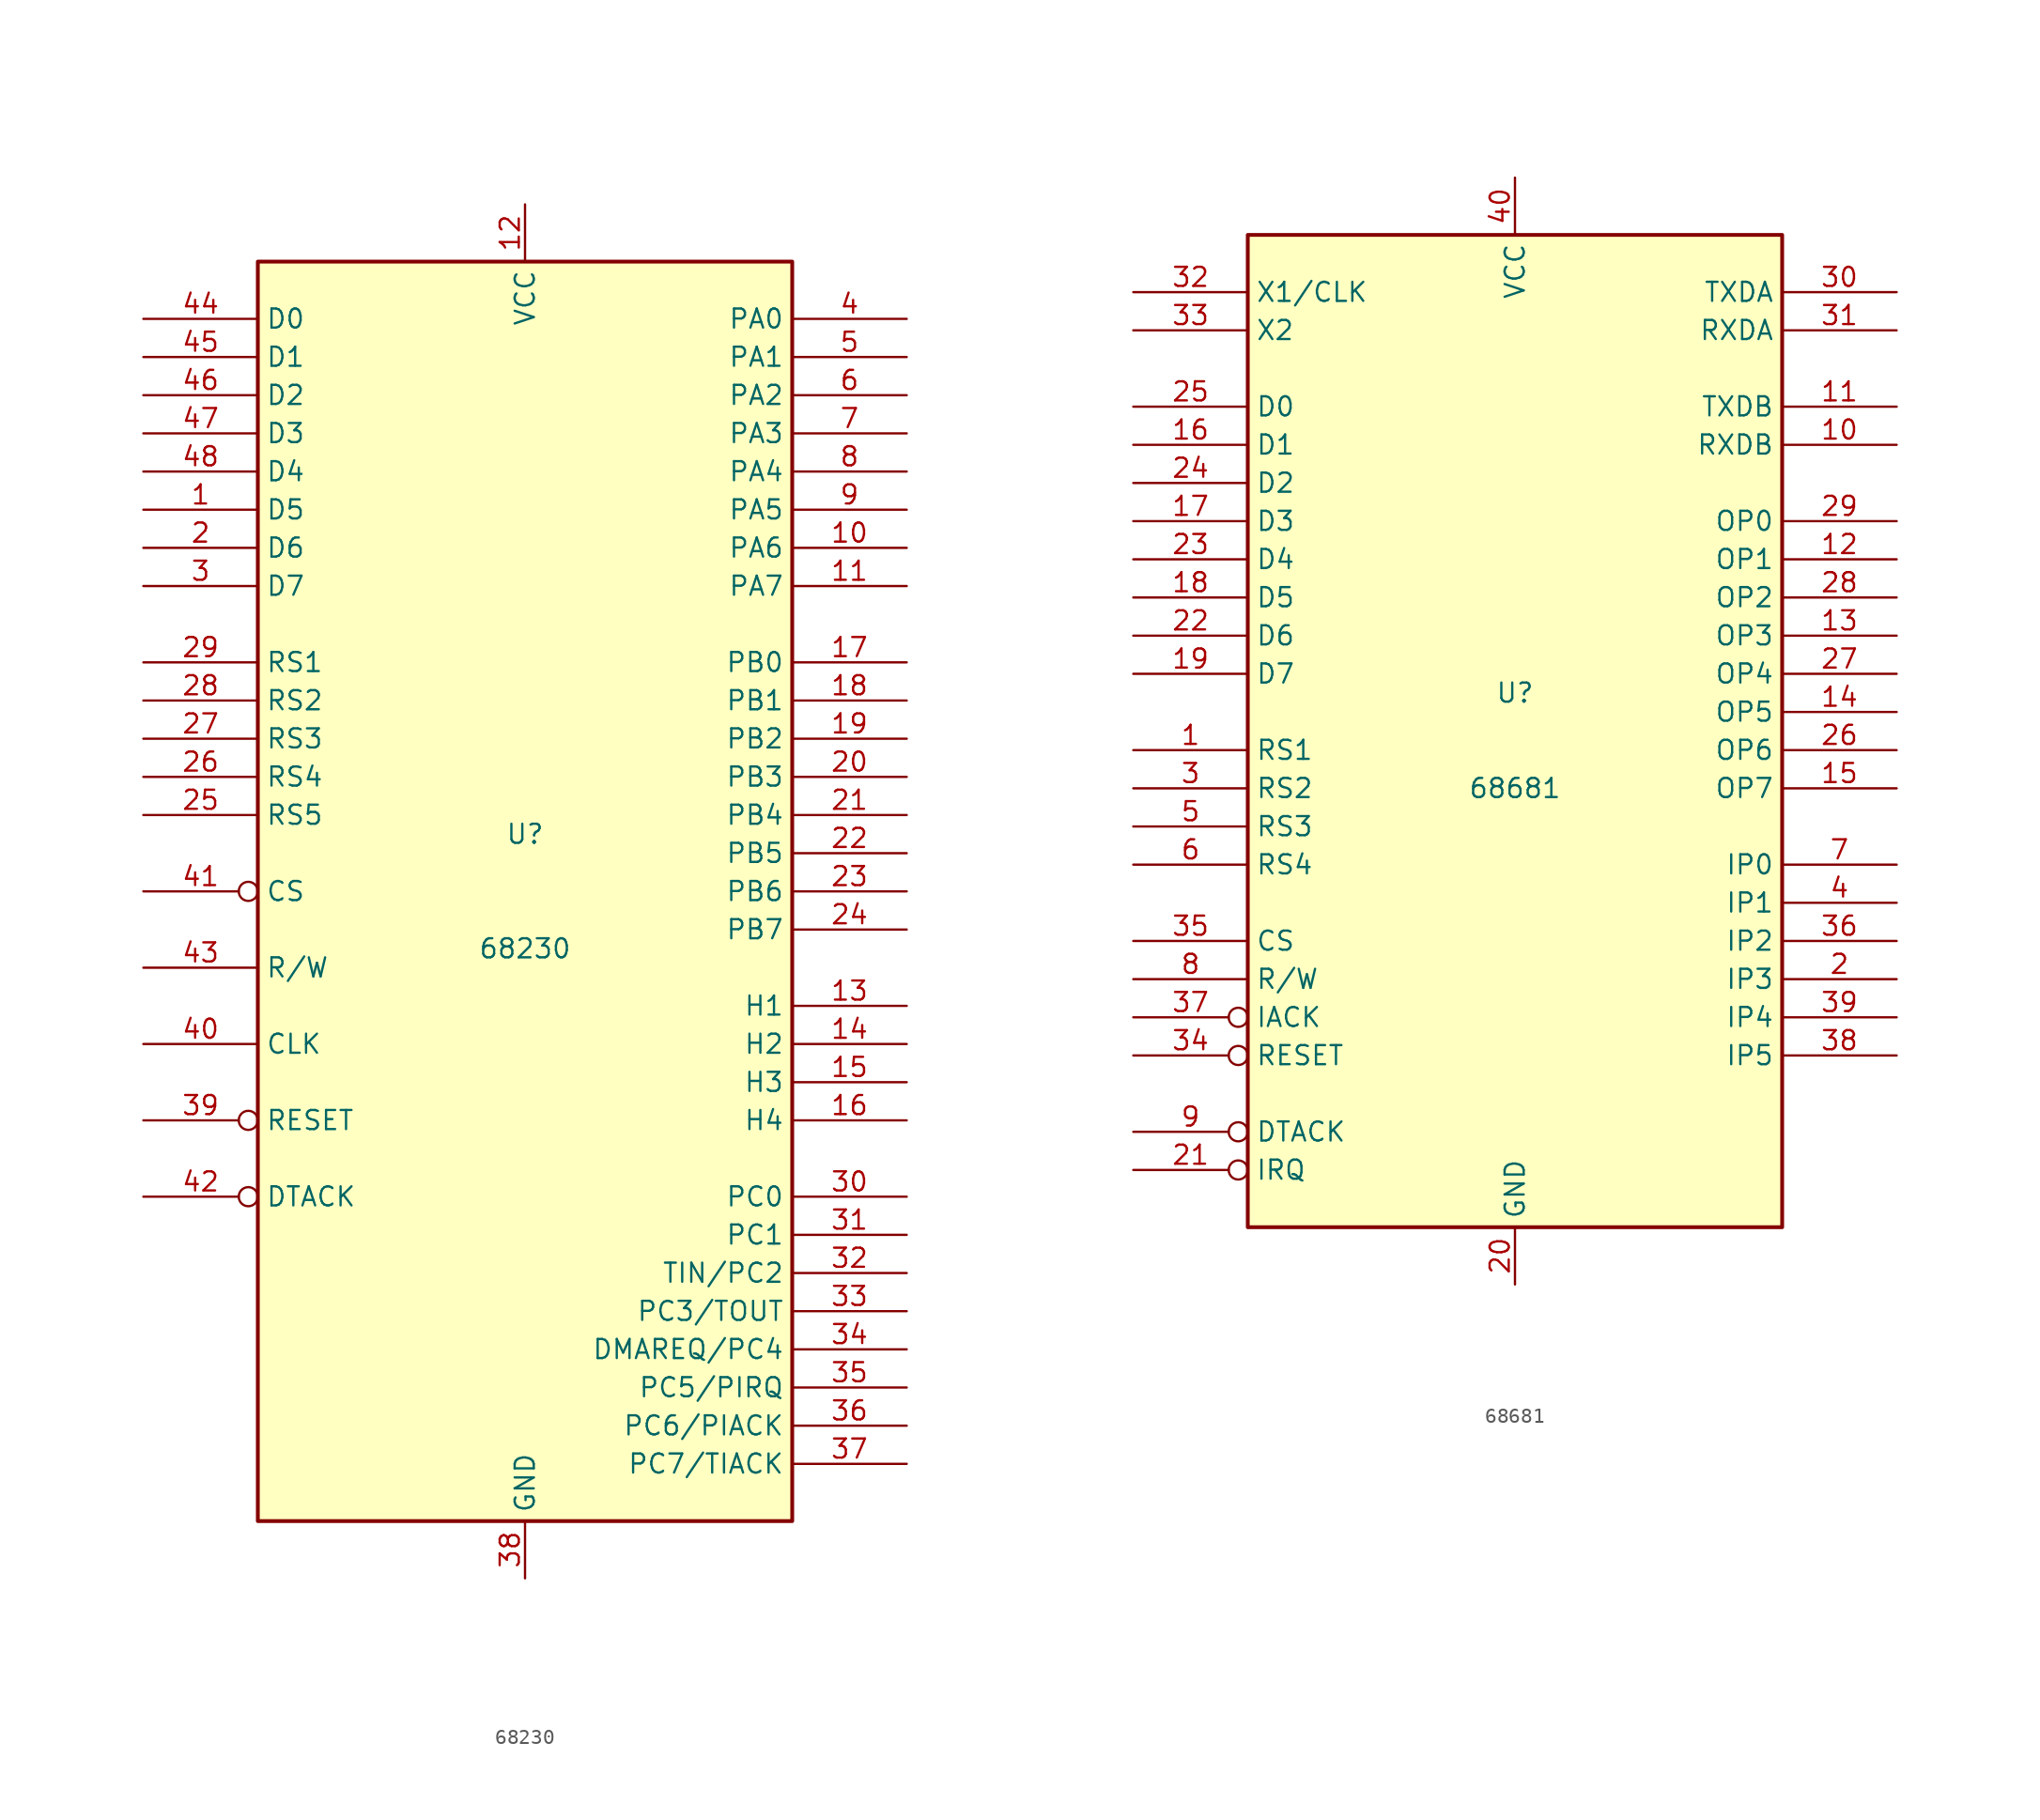
<source format=kicad_sym>
(kicad_symbol_lib
  (version 20241209)
  (generator "kicad_symbol_editor")
  (generator_version "9.0")
  (symbol "68230"
    (property "Reference" "U"
      (at 0 3.81 0)
      (effects (font (size 1.27 1.27))))
    (property "Value" "68230"
      (at 0 -3.81 0)
      (effects (font (size 1.27 1.27))))
    (symbol "68230_0_1"
      (rectangle (start -17.78 41.91) (end 17.78 -41.91) (stroke (width 0.254) (type default)) (fill (type background))))
    (symbol "68230_1_1"
      (pin tri_state line (at -25.4 38.1 0) (length 7.62) (name "D0" (effects (font (size 1.27 1.27)))) (number "44" (effects (font (size 1.27 1.27)))))
      (pin tri_state line (at -25.4 35.56 0) (length 7.62) (name "D1" (effects (font (size 1.27 1.27)))) (number "45" (effects (font (size 1.27 1.27)))))
      (pin tri_state line (at -25.4 33.02 0) (length 7.62) (name "D2" (effects (font (size 1.27 1.27)))) (number "46" (effects (font (size 1.27 1.27)))))
      (pin tri_state line (at -25.4 30.48 0) (length 7.62) (name "D3" (effects (font (size 1.27 1.27)))) (number "47" (effects (font (size 1.27 1.27)))))
      (pin tri_state line (at -25.4 27.94 0) (length 7.62) (name "D4" (effects (font (size 1.27 1.27)))) (number "48" (effects (font (size 1.27 1.27)))))
      (pin tri_state line (at -25.4 25.4 0) (length 7.62) (name "D5" (effects (font (size 1.27 1.27)))) (number "1" (effects (font (size 1.27 1.27)))))
      (pin tri_state line (at -25.4 22.86 0) (length 7.62) (name "D6" (effects (font (size 1.27 1.27)))) (number "2" (effects (font (size 1.27 1.27)))))
      (pin tri_state line (at -25.4 20.32 0) (length 7.62) (name "D7" (effects (font (size 1.27 1.27)))) (number "3" (effects (font (size 1.27 1.27)))))
      (pin input line (at -25.4 15.24 0) (length 7.62) (name "RS1" (effects (font (size 1.27 1.27)))) (number "29" (effects (font (size 1.27 1.27)))))
      (pin input line (at -25.4 12.7 0) (length 7.62) (name "RS2" (effects (font (size 1.27 1.27)))) (number "28" (effects (font (size 1.27 1.27)))))
      (pin input line (at -25.4 10.16 0) (length 7.62) (name "RS3" (effects (font (size 1.27 1.27)))) (number "27" (effects (font (size 1.27 1.27)))))
      (pin input line (at -25.4 7.62 0) (length 7.62) (name "RS4" (effects (font (size 1.27 1.27)))) (number "26" (effects (font (size 1.27 1.27)))))
      (pin input line (at -25.4 5.08 0) (length 7.62) (name "RS5" (effects (font (size 1.27 1.27)))) (number "25" (effects (font (size 1.27 1.27)))))
      (pin input inverted (at -25.4 0 0) (length 7.62) (name "CS" (effects (font (size 1.27 1.27)))) (number "41" (effects (font (size 1.27 1.27)))))
      (pin input line (at -25.4 -5.08 0) (length 7.62) (name "R/W" (effects (font (size 1.27 1.27)))) (number "43" (effects (font (size 1.27 1.27)))))
      (pin input line (at -25.4 -10.16 0) (length 7.62) (name "CLK" (effects (font (size 1.27 1.27)))) (number "40" (effects (font (size 1.27 1.27)))))
      (pin input inverted (at -25.4 -15.24 0) (length 7.62) (name "RESET" (effects (font (size 1.27 1.27)))) (number "39" (effects (font (size 1.27 1.27)))))
      (pin open_collector inverted (at -25.4 -20.32 0) (length 7.62) (name "DTACK" (effects (font (size 1.27 1.27)))) (number "42" (effects (font (size 1.27 1.27)))))
      (pin power_in line (at 0 45.72 270) (length 3.81) (name "VCC" (effects (font (size 1.27 1.27)))) (number "12" (effects (font (size 1.27 1.27)))))
      (pin power_in line (at 0 -45.72 90) (length 3.81) (name "GND" (effects (font (size 1.27 1.27)))) (number "38" (effects (font (size 1.27 1.27)))))
      (pin bidirectional line (at 25.4 38.1 180) (length 7.62) (name "PA0" (effects (font (size 1.27 1.27)))) (number "4" (effects (font (size 1.27 1.27)))))
      (pin bidirectional line (at 25.4 35.56 180) (length 7.62) (name "PA1" (effects (font (size 1.27 1.27)))) (number "5" (effects (font (size 1.27 1.27)))))
      (pin bidirectional line (at 25.4 33.02 180) (length 7.62) (name "PA2" (effects (font (size 1.27 1.27)))) (number "6" (effects (font (size 1.27 1.27)))))
      (pin bidirectional line (at 25.4 30.48 180) (length 7.62) (name "PA3" (effects (font (size 1.27 1.27)))) (number "7" (effects (font (size 1.27 1.27)))))
      (pin bidirectional line (at 25.4 27.94 180) (length 7.62) (name "PA4" (effects (font (size 1.27 1.27)))) (number "8" (effects (font (size 1.27 1.27)))))
      (pin bidirectional line (at 25.4 25.4 180) (length 7.62) (name "PA5" (effects (font (size 1.27 1.27)))) (number "9" (effects (font (size 1.27 1.27)))))
      (pin bidirectional line (at 25.4 22.86 180) (length 7.62) (name "PA6" (effects (font (size 1.27 1.27)))) (number "10" (effects (font (size 1.27 1.27)))))
      (pin bidirectional line (at 25.4 20.32 180) (length 7.62) (name "PA7" (effects (font (size 1.27 1.27)))) (number "11" (effects (font (size 1.27 1.27)))))
      (pin bidirectional line (at 25.4 15.24 180) (length 7.62) (name "PB0" (effects (font (size 1.27 1.27)))) (number "17" (effects (font (size 1.27 1.27)))))
      (pin bidirectional line (at 25.4 12.7 180) (length 7.62) (name "PB1" (effects (font (size 1.27 1.27)))) (number "18" (effects (font (size 1.27 1.27)))))
      (pin bidirectional line (at 25.4 10.16 180) (length 7.62) (name "PB2" (effects (font (size 1.27 1.27)))) (number "19" (effects (font (size 1.27 1.27)))))
      (pin bidirectional line (at 25.4 7.62 180) (length 7.62) (name "PB3" (effects (font (size 1.27 1.27)))) (number "20" (effects (font (size 1.27 1.27)))))
      (pin bidirectional line (at 25.4 5.08 180) (length 7.62) (name "PB4" (effects (font (size 1.27 1.27)))) (number "21" (effects (font (size 1.27 1.27)))))
      (pin bidirectional line (at 25.4 2.54 180) (length 7.62) (name "PB5" (effects (font (size 1.27 1.27)))) (number "22" (effects (font (size 1.27 1.27)))))
      (pin bidirectional line (at 25.4 0 180) (length 7.62) (name "PB6" (effects (font (size 1.27 1.27)))) (number "23" (effects (font (size 1.27 1.27)))))
      (pin bidirectional line (at 25.4 -2.54 180) (length 7.62) (name "PB7" (effects (font (size 1.27 1.27)))) (number "24" (effects (font (size 1.27 1.27)))))
      (pin input line (at 25.4 -7.62 180) (length 7.62) (name "H1" (effects (font (size 1.27 1.27)))) (number "13" (effects (font (size 1.27 1.27)))))
      (pin bidirectional line (at 25.4 -10.16 180) (length 7.62) (name "H2" (effects (font (size 1.27 1.27)))) (number "14" (effects (font (size 1.27 1.27)))))
      (pin input line (at 25.4 -12.7 180) (length 7.62) (name "H3" (effects (font (size 1.27 1.27)))) (number "15" (effects (font (size 1.27 1.27)))))
      (pin bidirectional line (at 25.4 -15.24 180) (length 7.62) (name "H4" (effects (font (size 1.27 1.27)))) (number "16" (effects (font (size 1.27 1.27)))))
      (pin bidirectional line (at 25.4 -20.32 180) (length 7.62) (name "PC0" (effects (font (size 1.27 1.27)))) (number "30" (effects (font (size 1.27 1.27)))))
      (pin bidirectional line (at 25.4 -22.86 180) (length 7.62) (name "PC1" (effects (font (size 1.27 1.27)))) (number "31" (effects (font (size 1.27 1.27)))))
      (pin bidirectional line (at 25.4 -25.4 180) (length 7.62) (name "TIN/PC2" (effects (font (size 1.27 1.27)))) (number "32" (effects (font (size 1.27 1.27)))))
      (pin bidirectional line (at 25.4 -27.94 180) (length 7.62) (name "PC3/TOUT" (effects (font (size 1.27 1.27)))) (number "33" (effects (font (size 1.27 1.27)))))
      (pin bidirectional line (at 25.4 -30.48 180) (length 7.62) (name "DMAREQ/PC4" (effects (font (size 1.27 1.27)))) (number "34" (effects (font (size 1.27 1.27)))))
      (pin bidirectional line (at 25.4 -33.02 180) (length 7.62) (name "PC5/PIRQ" (effects (font (size 1.27 1.27)))) (number "35" (effects (font (size 1.27 1.27)))))
      (pin bidirectional line (at 25.4 -35.56 180) (length 7.62) (name "PC6/PIACK" (effects (font (size 1.27 1.27)))) (number "36" (effects (font (size 1.27 1.27)))))
      (pin bidirectional line (at 25.4 -38.1 180) (length 7.62) (name "PC7/TIACK" (effects (font (size 1.27 1.27)))) (number "37" (effects (font (size 1.27 1.27)))))))
  (symbol "68681"
    (property "Reference" "U"
      (at 0 3.81 0)
      (effects (font (size 1.27 1.27))))
    (property "Value" "68681"
      (at 0 -2.54 0)
      (effects (font (size 1.27 1.27))))
    (symbol "68681_0_1"
      (rectangle (start -17.78 -31.75) (end 17.78 34.29) (stroke (width 0.254) (type default)) (fill (type background))))
    (symbol "68681_1_1"
      (pin input line (at -25.4 30.48 0) (length 7.62) (name "X1/CLK" (effects (font (size 1.27 1.27)))) (number "32" (effects (font (size 1.27 1.27)))))
      (pin input line (at -25.4 27.94 0) (length 7.62) (name "X2" (effects (font (size 1.27 1.27)))) (number "33" (effects (font (size 1.27 1.27)))))
      (pin tri_state line (at -25.4 22.86 0) (length 7.62) (name "D0" (effects (font (size 1.27 1.27)))) (number "25" (effects (font (size 1.27 1.27)))))
      (pin tri_state line (at -25.4 20.32 0) (length 7.62) (name "D1" (effects (font (size 1.27 1.27)))) (number "16" (effects (font (size 1.27 1.27)))))
      (pin tri_state line (at -25.4 17.78 0) (length 7.62) (name "D2" (effects (font (size 1.27 1.27)))) (number "24" (effects (font (size 1.27 1.27)))))
      (pin tri_state line (at -25.4 15.24 0) (length 7.62) (name "D3" (effects (font (size 1.27 1.27)))) (number "17" (effects (font (size 1.27 1.27)))))
      (pin tri_state line (at -25.4 12.7 0) (length 7.62) (name "D4" (effects (font (size 1.27 1.27)))) (number "23" (effects (font (size 1.27 1.27)))))
      (pin tri_state line (at -25.4 10.16 0) (length 7.62) (name "D5" (effects (font (size 1.27 1.27)))) (number "18" (effects (font (size 1.27 1.27)))))
      (pin tri_state line (at -25.4 7.62 0) (length 7.62) (name "D6" (effects (font (size 1.27 1.27)))) (number "22" (effects (font (size 1.27 1.27)))))
      (pin tri_state line (at -25.4 5.08 0) (length 7.62) (name "D7" (effects (font (size 1.27 1.27)))) (number "19" (effects (font (size 1.27 1.27)))))
      (pin input line (at -25.4 0 0) (length 7.62) (name "RS1" (effects (font (size 1.27 1.27)))) (number "1" (effects (font (size 1.27 1.27)))))
      (pin input line (at -25.4 -2.54 0) (length 7.62) (name "RS2" (effects (font (size 1.27 1.27)))) (number "3" (effects (font (size 1.27 1.27)))))
      (pin input line (at -25.4 -5.08 0) (length 7.62) (name "RS3" (effects (font (size 1.27 1.27)))) (number "5" (effects (font (size 1.27 1.27)))))
      (pin input line (at -25.4 -7.62 0) (length 7.62) (name "RS4" (effects (font (size 1.27 1.27)))) (number "6" (effects (font (size 1.27 1.27)))))
      (pin input line (at -25.4 -12.7 0) (length 7.62) (name "CS" (effects (font (size 1.27 1.27)))) (number "35" (effects (font (size 1.27 1.27)))))
      (pin input line (at -25.4 -15.24 0) (length 7.62) (name "R/W" (effects (font (size 1.27 1.27)))) (number "8" (effects (font (size 1.27 1.27)))))
      (pin input inverted (at -25.4 -17.78 0) (length 7.62) (name "IACK" (effects (font (size 1.27 1.27)))) (number "37" (effects (font (size 1.27 1.27)))))
      (pin input inverted (at -25.4 -20.32 0) (length 7.62) (name "RESET" (effects (font (size 1.27 1.27)))) (number "34" (effects (font (size 1.27 1.27)))))
      (pin open_collector inverted (at -25.4 -25.4 0) (length 7.62) (name "DTACK" (effects (font (size 1.27 1.27)))) (number "9" (effects (font (size 1.27 1.27)))))
      (pin output inverted (at -25.4 -27.94 0) (length 7.62) (name "IRQ" (effects (font (size 1.27 1.27)))) (number "21" (effects (font (size 1.27 1.27)))))
      (pin power_in line (at 0 38.1 270) (length 3.81) (name "VCC" (effects (font (size 1.27 1.27)))) (number "40" (effects (font (size 1.27 1.27)))))
      (pin power_in line (at 0 -35.56 90) (length 3.81) (name "GND" (effects (font (size 1.27 1.27)))) (number "20" (effects (font (size 1.27 1.27)))))
      (pin output line (at 25.4 30.48 180) (length 7.62) (name "TXDA" (effects (font (size 1.27 1.27)))) (number "30" (effects (font (size 1.27 1.27)))))
      (pin input line (at 25.4 27.94 180) (length 7.62) (name "RXDA" (effects (font (size 1.27 1.27)))) (number "31" (effects (font (size 1.27 1.27)))))
      (pin output line (at 25.4 22.86 180) (length 7.62) (name "TXDB" (effects (font (size 1.27 1.27)))) (number "11" (effects (font (size 1.27 1.27)))))
      (pin input line (at 25.4 20.32 180) (length 7.62) (name "RXDB" (effects (font (size 1.27 1.27)))) (number "10" (effects (font (size 1.27 1.27)))))
      (pin output line (at 25.4 15.24 180) (length 7.62) (name "OP0" (effects (font (size 1.27 1.27)))) (number "29" (effects (font (size 1.27 1.27)))))
      (pin output line (at 25.4 12.7 180) (length 7.62) (name "OP1" (effects (font (size 1.27 1.27)))) (number "12" (effects (font (size 1.27 1.27)))))
      (pin output line (at 25.4 10.16 180) (length 7.62) (name "OP2" (effects (font (size 1.27 1.27)))) (number "28" (effects (font (size 1.27 1.27)))))
      (pin output line (at 25.4 7.62 180) (length 7.62) (name "OP3" (effects (font (size 1.27 1.27)))) (number "13" (effects (font (size 1.27 1.27)))))
      (pin output line (at 25.4 5.08 180) (length 7.62) (name "OP4" (effects (font (size 1.27 1.27)))) (number "27" (effects (font (size 1.27 1.27)))))
      (pin output line (at 25.4 2.54 180) (length 7.62) (name "OP5" (effects (font (size 1.27 1.27)))) (number "14" (effects (font (size 1.27 1.27)))))
      (pin output line (at 25.4 0 180) (length 7.62) (name "OP6" (effects (font (size 1.27 1.27)))) (number "26" (effects (font (size 1.27 1.27)))))
      (pin output line (at 25.4 -2.54 180) (length 7.62) (name "OP7" (effects (font (size 1.27 1.27)))) (number "15" (effects (font (size 1.27 1.27)))))
      (pin input line (at 25.4 -7.62 180) (length 7.62) (name "IP0" (effects (font (size 1.27 1.27)))) (number "7" (effects (font (size 1.27 1.27)))))
      (pin input line (at 25.4 -10.16 180) (length 7.62) (name "IP1" (effects (font (size 1.27 1.27)))) (number "4" (effects (font (size 1.27 1.27)))))
      (pin input line (at 25.4 -12.7 180) (length 7.62) (name "IP2" (effects (font (size 1.27 1.27)))) (number "36" (effects (font (size 1.27 1.27)))))
      (pin input line (at 25.4 -15.24 180) (length 7.62) (name "IP3" (effects (font (size 1.27 1.27)))) (number "2" (effects (font (size 1.27 1.27)))))
      (pin input line (at 25.4 -17.78 180) (length 7.62) (name "IP4" (effects (font (size 1.27 1.27)))) (number "39" (effects (font (size 1.27 1.27)))))
      (pin input line (at 25.4 -20.32 180) (length 7.62) (name "IP5" (effects (font (size 1.27 1.27)))) (number "38" (effects (font (size 1.27 1.27))))))))
</source>
